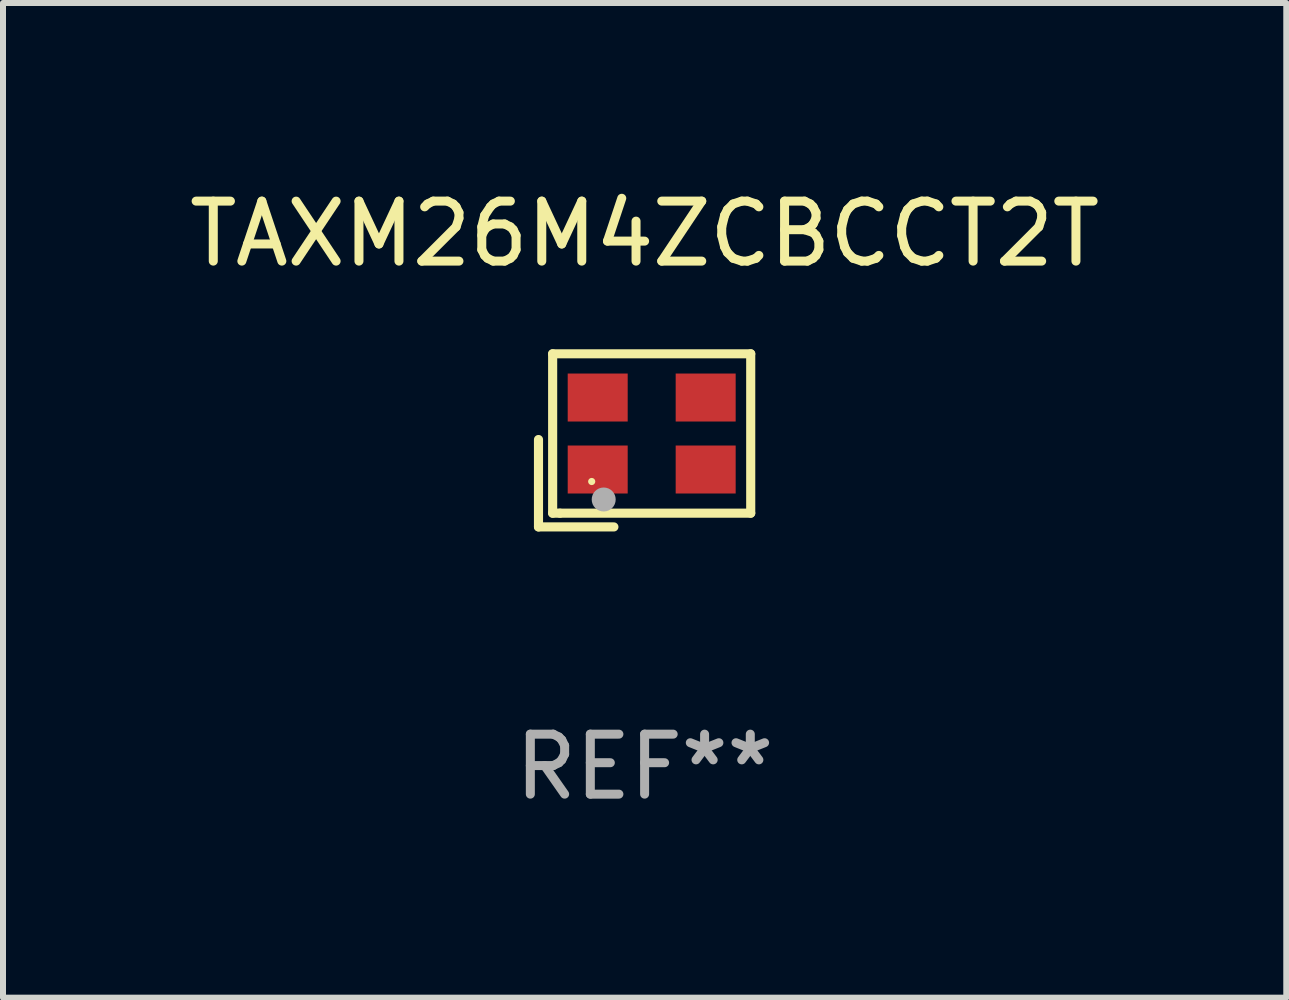
<source format=kicad_pcb>
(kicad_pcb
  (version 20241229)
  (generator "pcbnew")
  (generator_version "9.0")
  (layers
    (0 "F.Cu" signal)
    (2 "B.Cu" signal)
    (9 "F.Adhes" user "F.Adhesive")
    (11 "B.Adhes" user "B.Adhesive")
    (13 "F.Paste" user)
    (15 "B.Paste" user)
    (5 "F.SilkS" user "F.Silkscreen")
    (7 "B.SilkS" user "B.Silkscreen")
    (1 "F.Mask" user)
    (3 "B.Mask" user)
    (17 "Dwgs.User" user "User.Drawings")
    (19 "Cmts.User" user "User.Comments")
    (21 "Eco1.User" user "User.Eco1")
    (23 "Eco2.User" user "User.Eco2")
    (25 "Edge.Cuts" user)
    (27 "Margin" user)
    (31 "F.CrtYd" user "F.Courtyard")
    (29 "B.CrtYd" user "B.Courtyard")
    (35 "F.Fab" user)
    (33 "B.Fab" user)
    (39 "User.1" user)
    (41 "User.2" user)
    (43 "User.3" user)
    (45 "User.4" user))
  (footprint "TAXM26M4ZCBCCT2T"
    (layer "F.Cu")
    (at 7.696 4.291)
    (property "Reference" "TAXM26M4ZCBCCT2T" (at 0 -3.443 0) (layer "F.SilkS") (effects (font (size 1 1) (thickness 0.15))))
    (attr through_hole)
    (fp_line (start -1.769 -0.014) (end -1.769 1.443) (stroke (width 0.152) (type solid)) (layer "F.SilkS"))
    (fp_line (start -1.769 1.443) (end -0.512 1.443) (stroke (width 0.152) (type solid)) (layer "F.SilkS"))
    (fp_line (start -1.533 -1.443) (end 1.769 -1.443) (stroke (width 0.152) (type solid)) (layer "F.SilkS"))
    (fp_line (start -1.533 1.214) (end -1.533 -1.443) (stroke (width 0.152) (type solid)) (layer "F.SilkS"))
    (fp_line (start -1.411 1.214) (end -1.533 1.214) (stroke (width 0.152) (type solid)) (layer "F.SilkS"))
    (fp_line (start 1.769 -1.443) (end 1.769 1.214) (stroke (width 0.152) (type solid)) (layer "F.SilkS"))
    (fp_line (start 1.769 1.214) (end -1.411 1.214) (stroke (width 0.152) (type solid)) (layer "F.SilkS"))
    (fp_circle (center -0.882 0.686) (end -0.852 0.686) (stroke (width 0.06) (type solid)) (fill no) (layer "F.SilkS"))
    (fp_circle (center -0.682 0.986) (end -0.582 0.986) (stroke (width 0.2) (type solid)) (fill no) (layer "F.Fab"))
    (fp_text user "REF**" (at 0 5.443 0) (layer "F.Fab") (effects (font (size 1 1) (thickness 0.15))))
    (pad "1" smd rect (at -0.782 0.486 90) (size 0.8 1) (layers "F.Cu" "F.Mask" "F.Paste"))
    (pad "2" smd rect (at 1.018 0.486 90) (size 0.8 1) (layers "F.Cu" "F.Mask" "F.Paste"))
    (pad "3" smd rect (at 1.018 -0.714 90) (size 0.8 1) (layers "F.Cu" "F.Mask" "F.Paste"))
    (pad "4" smd rect (at -0.782 -0.714 90) (size 0.8 1) (layers "F.Cu" "F.Mask" "F.Paste")))
  (gr_rect
    (start -3 -3)
    (end 18.393 13.582)
    (stroke (width 0.1) (type default))
    (fill no)
    (layer "Edge.Cuts")))
</source>
